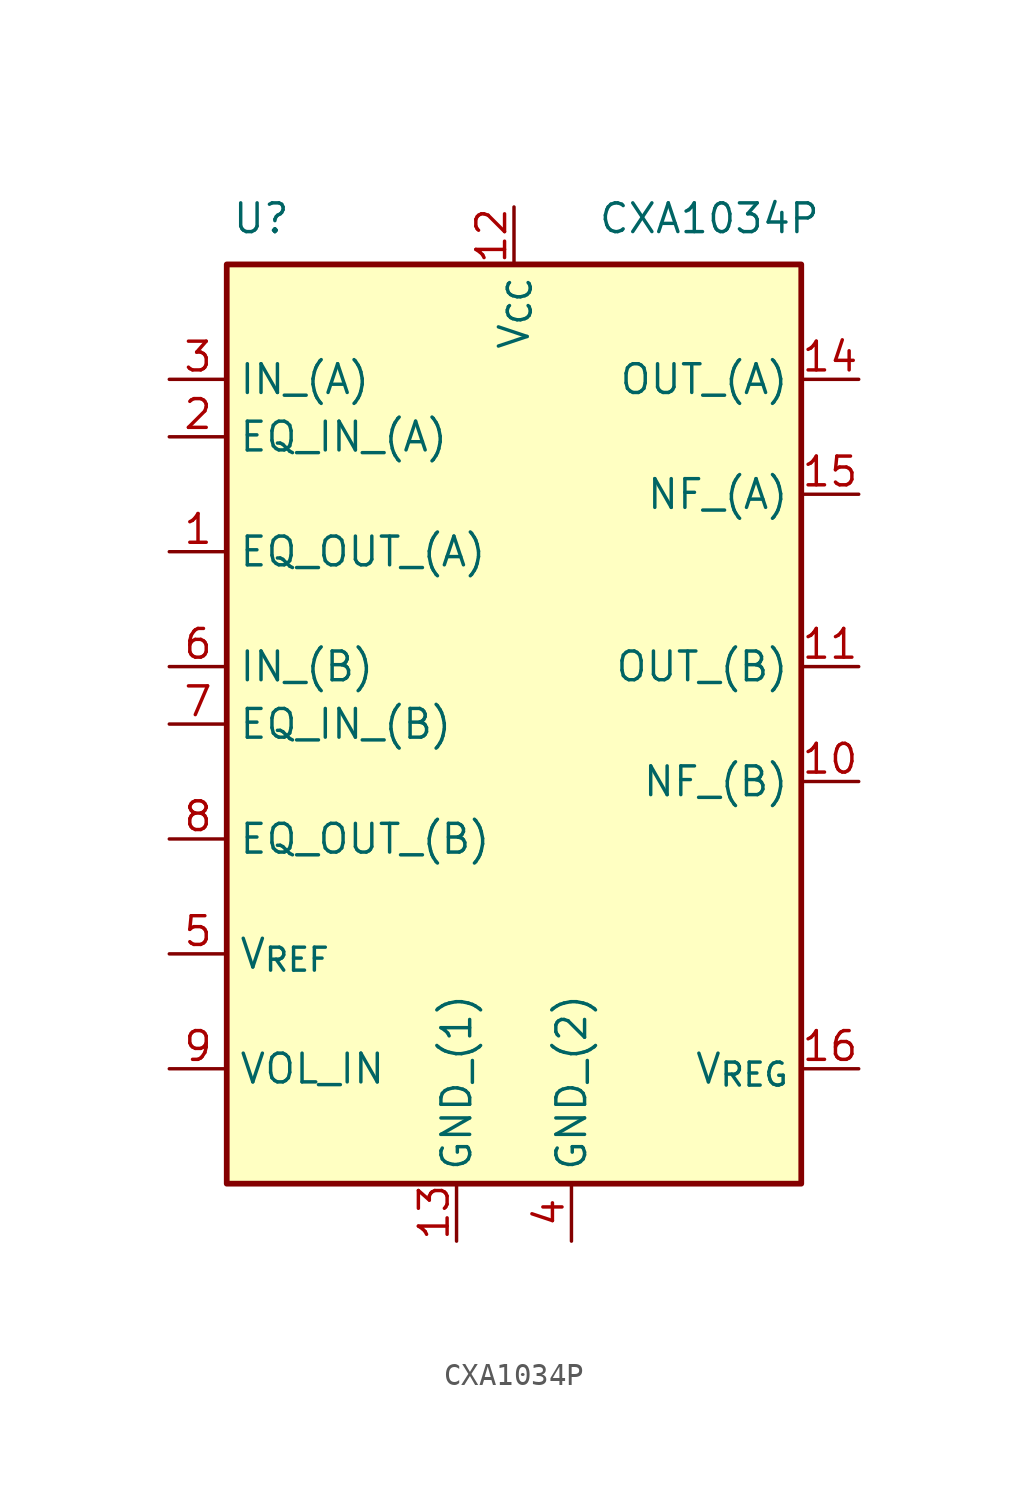
<source format=kicad_sym>
(kicad_symbol_lib
  (version 20241209)
  (generator "kicad_symbol_editor")
  (generator_version "9.0")
  (symbol "CXA1034P"
    (property "Reference" "U"
      (at -11.176 22.352 0)
      (effects (font (size 1.27 1.27))))
    (property "Value" "CXA1034P"
      (at 8.636 22.352 0)
      (effects (font (size 1.27 1.27))))
    (symbol "CXA1034P_0_0"
      (rectangle (start -12.7 20.32) (end 12.7 -20.32) (stroke (width 0.254) (type default)) (fill (type background))))
    (symbol "CXA1034P_1_1"
      (pin input line (at -15.24 15.24 0) (length 2.54) (name "IN_(A)" (effects (font (size 1.27 1.27)))) (number "3" (effects (font (size 1.27 1.27)))))
      (pin input line (at -15.24 12.7 0) (length 2.54) (name "EQ_IN_(A)" (effects (font (size 1.27 1.27)))) (number "2" (effects (font (size 1.27 1.27)))))
      (pin output line (at -15.24 7.62 0) (length 2.54) (name "EQ_OUT_(A)" (effects (font (size 1.27 1.27)))) (number "1" (effects (font (size 1.27 1.27)))))
      (pin input line (at -15.24 2.54 0) (length 2.54) (name "IN_(B)" (effects (font (size 1.27 1.27)))) (number "6" (effects (font (size 1.27 1.27)))))
      (pin input line (at -15.24 0 0) (length 2.54) (name "EQ_IN_(B)" (effects (font (size 1.27 1.27)))) (number "7" (effects (font (size 1.27 1.27)))))
      (pin output line (at -15.24 -5.08 0) (length 2.54) (name "EQ_OUT_(B)" (effects (font (size 1.27 1.27)))) (number "8" (effects (font (size 1.27 1.27)))))
      (pin passive line (at -15.24 -10.16 0) (length 2.54) (name "V_{REF}" (effects (font (size 1.27 1.27)))) (number "5" (effects (font (size 1.27 1.27)))))
      (pin input line (at -15.24 -15.24 0) (length 2.54) (name "VOL_IN" (effects (font (size 1.27 1.27)))) (number "9" (effects (font (size 1.27 1.27)))))
      (pin power_in line (at -2.54 -22.86 90) (length 2.54) (name "GND_(1)" (effects (font (size 1.27 1.27)))) (number "13" (effects (font (size 1.27 1.27)))))
      (pin power_in line (at 0 22.86 270) (length 2.54) (name "V_{CC}" (effects (font (size 1.27 1.27)))) (number "12" (effects (font (size 1.27 1.27)))))
      (pin power_in line (at 2.54 -22.86 90) (length 2.54) (name "GND_(2)" (effects (font (size 1.27 1.27)))) (number "4" (effects (font (size 1.27 1.27)))))
      (pin output line (at 15.24 15.24 180) (length 2.54) (name "OUT_(A)" (effects (font (size 1.27 1.27)))) (number "14" (effects (font (size 1.27 1.27)))))
      (pin input line (at 15.24 10.16 180) (length 2.54) (name "NF_(A)" (effects (font (size 1.27 1.27)))) (number "15" (effects (font (size 1.27 1.27)))))
      (pin output line (at 15.24 2.54 180) (length 2.54) (name "OUT_(B)" (effects (font (size 1.27 1.27)))) (number "11" (effects (font (size 1.27 1.27)))))
      (pin input line (at 15.24 -2.54 180) (length 2.54) (name "NF_(B)" (effects (font (size 1.27 1.27)))) (number "10" (effects (font (size 1.27 1.27)))))
      (pin passive line (at 15.24 -15.24 180) (length 2.54) (name "V_{REG}" (effects (font (size 1.27 1.27)))) (number "16" (effects (font (size 1.27 1.27))))))))
</source>
